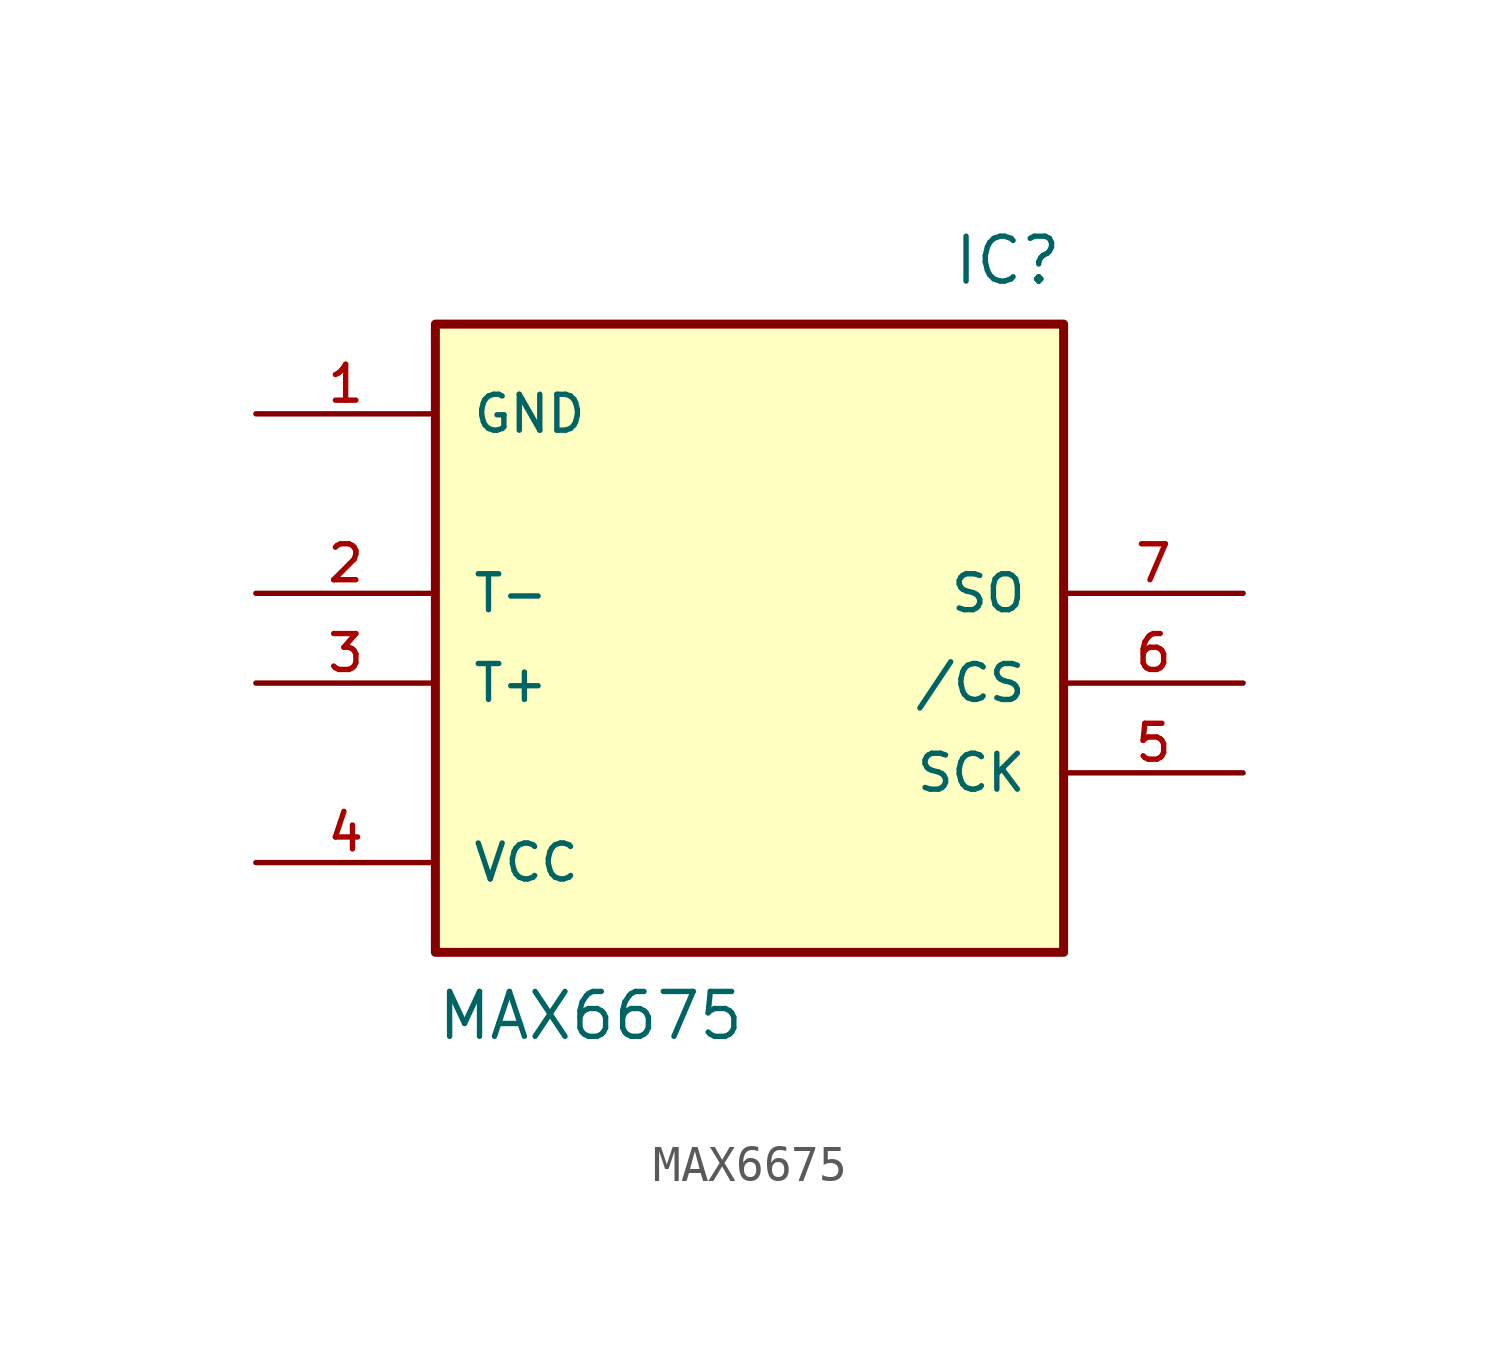
<source format=kicad_sym>
(kicad_symbol_lib
  (version 20241209)
  (generator "kicad_symbol_editor")
  (generator_version "9.0")
  (symbol "MAX6675"
    (pin_names
      (offset 1.016))
    (property "Reference" "IC"
      (at 10.16 7.62 0)
      (effects (font (size 1.27 1.27)) (justify right top)))
    (property "Value" "MAX6675"
      (at -7.62 -15.24 0)
      (effects (font (size 1.27 1.27)) (justify left bottom)))
    (symbol "MAX6675_0_0"
      (rectangle (start -7.62 -12.7) (end 10.16 5.08) (stroke (width 0.254) (type default)) (fill (type background)))
      (pin power_in line (at -12.7 2.54 0) (length 5.08) (name "GND" (effects (font (size 1.016 1.016)))) (number "1" (effects (font (size 1.016 1.016)))))
      (pin input line (at -12.7 -2.54 0) (length 5.08) (name "T-" (effects (font (size 1.016 1.016)))) (number "2" (effects (font (size 1.016 1.016)))))
      (pin input line (at -12.7 -5.08 0) (length 5.08) (name "T+" (effects (font (size 1.016 1.016)))) (number "3" (effects (font (size 1.016 1.016)))))
      (pin power_in line (at -12.7 -10.16 0) (length 5.08) (name "VCC" (effects (font (size 1.016 1.016)))) (number "4" (effects (font (size 1.016 1.016)))))
      (pin output line (at 15.24 -2.54 180) (length 5.08) (name "SO" (effects (font (size 1.016 1.016)))) (number "7" (effects (font (size 1.016 1.016)))))
      (pin input line (at 15.24 -5.08 180) (length 5.08) (name "/CS" (effects (font (size 1.016 1.016)))) (number "6" (effects (font (size 1.016 1.016)))))
      (pin input line (at 15.24 -7.62 180) (length 5.08) (name "SCK" (effects (font (size 1.016 1.016)))) (number "5" (effects (font (size 1.016 1.016))))))))
</source>
